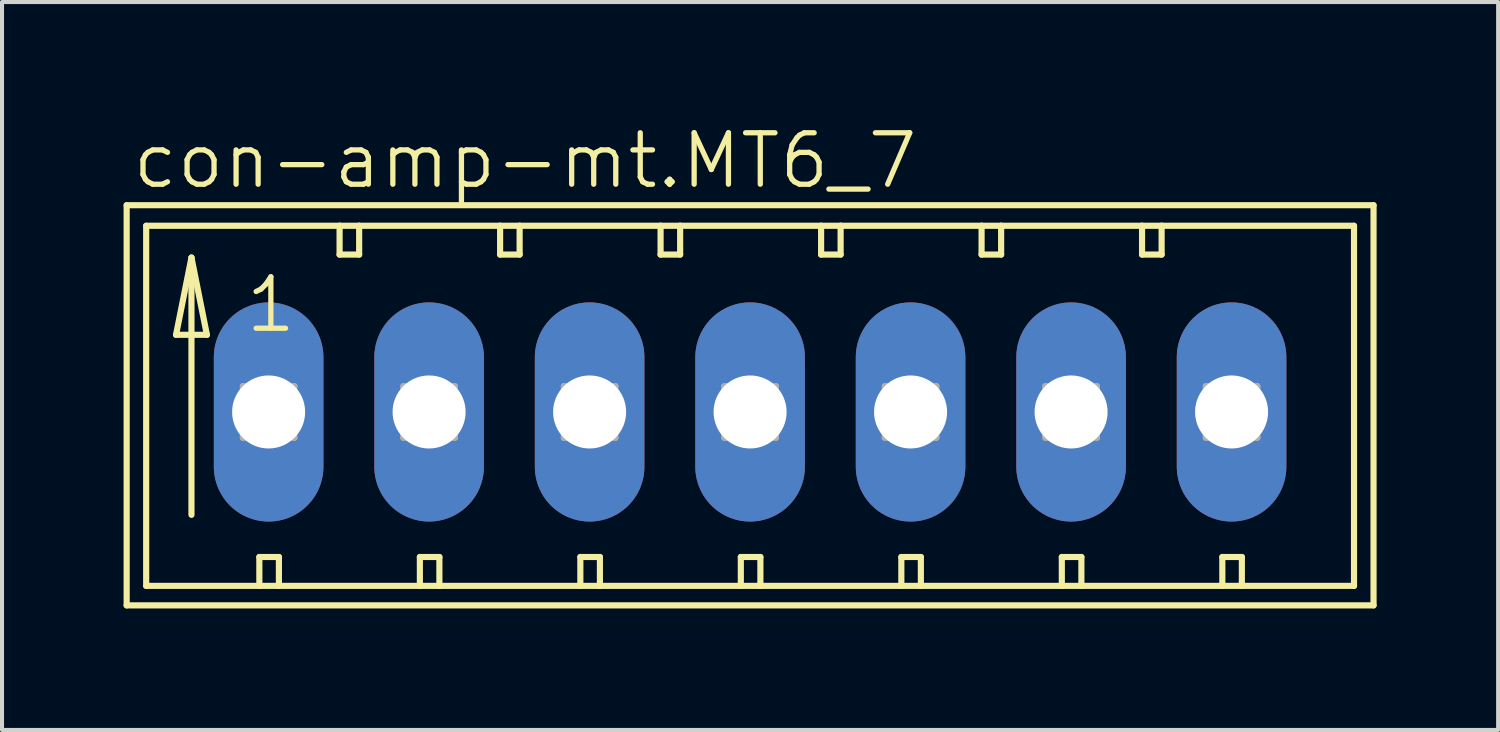
<source format=kicad_pcb>
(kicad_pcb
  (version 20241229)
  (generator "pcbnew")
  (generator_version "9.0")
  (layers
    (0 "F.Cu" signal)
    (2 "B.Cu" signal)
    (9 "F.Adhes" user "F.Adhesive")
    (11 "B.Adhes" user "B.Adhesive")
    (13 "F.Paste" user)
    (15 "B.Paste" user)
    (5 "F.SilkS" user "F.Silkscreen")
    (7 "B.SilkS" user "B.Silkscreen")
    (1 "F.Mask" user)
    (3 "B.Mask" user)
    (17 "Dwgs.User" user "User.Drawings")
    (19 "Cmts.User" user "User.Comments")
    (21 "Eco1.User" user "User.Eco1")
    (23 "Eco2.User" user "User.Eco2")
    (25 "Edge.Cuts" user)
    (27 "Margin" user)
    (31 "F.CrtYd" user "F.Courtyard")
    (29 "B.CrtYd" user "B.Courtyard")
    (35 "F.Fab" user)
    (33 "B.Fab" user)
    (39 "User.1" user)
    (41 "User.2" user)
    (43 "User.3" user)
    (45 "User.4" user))
  (footprint "con-amp-mt.MT6_7"
    (layer "F.Cu")
    (at 15.469 7.121)
    (property "Reference" "con-amp-mt.MT6_7" (at -15.316 -5.461 0) (layer "F.SilkS") (effects (font (size 1.27 1.27) (thickness 0.13)) (justify left bottom)))
    (attr through_hole)
    (fp_line (start -15.392 -5.105) (end -15.392 4.775) (stroke (width 0.152) (type default)) (layer "F.SilkS"))
    (fp_line (start -15.392 4.775) (end 15.392 4.775) (stroke (width 0.152) (type default)) (layer "F.SilkS"))
    (fp_line (start -14.91 -4.597) (end -14.91 4.293) (stroke (width 0.152) (type default)) (layer "F.SilkS"))
    (fp_line (start -14.91 4.293) (end -12.116 4.293) (stroke (width 0.152) (type default)) (layer "F.SilkS"))
    (fp_line (start -14.173 -1.905) (end -13.411 -1.905) (stroke (width 0.152) (type default)) (layer "F.SilkS"))
    (fp_line (start -13.792 -3.81) (end -14.173 -1.905) (stroke (width 0.152) (type default)) (layer "F.SilkS"))
    (fp_line (start -13.792 -3.81) (end -13.411 -1.905) (stroke (width 0.152) (type default)) (layer "F.SilkS"))
    (fp_line (start -13.792 2.54) (end -13.792 -3.81) (stroke (width 0.152) (type default)) (layer "F.SilkS"))
    (fp_line (start -12.116 3.581) (end -12.116 4.293) (stroke (width 0.152) (type default)) (layer "F.SilkS"))
    (fp_line (start -12.116 3.581) (end -11.633 3.581) (stroke (width 0.152) (type default)) (layer "F.SilkS"))
    (fp_line (start -12.116 4.293) (end -11.633 4.293) (stroke (width 0.152) (type default)) (layer "F.SilkS"))
    (fp_line (start -11.633 3.581) (end -11.633 4.293) (stroke (width 0.152) (type default)) (layer "F.SilkS"))
    (fp_line (start -11.633 4.293) (end -8.153 4.293) (stroke (width 0.152) (type default)) (layer "F.SilkS"))
    (fp_line (start -10.135 -4.597) (end -14.91 -4.597) (stroke (width 0.152) (type default)) (layer "F.SilkS"))
    (fp_line (start -10.135 -4.597) (end -10.135 -3.886) (stroke (width 0.152) (type default)) (layer "F.SilkS"))
    (fp_line (start -10.135 -3.886) (end -9.652 -3.886) (stroke (width 0.152) (type default)) (layer "F.SilkS"))
    (fp_line (start -9.652 -4.597) (end -10.135 -4.597) (stroke (width 0.152) (type default)) (layer "F.SilkS"))
    (fp_line (start -9.652 -3.886) (end -9.652 -4.597) (stroke (width 0.152) (type default)) (layer "F.SilkS"))
    (fp_line (start -8.153 3.581) (end -8.153 4.293) (stroke (width 0.152) (type default)) (layer "F.SilkS"))
    (fp_line (start -8.153 3.581) (end -7.671 3.581) (stroke (width 0.152) (type default)) (layer "F.SilkS"))
    (fp_line (start -8.153 4.293) (end -7.671 4.293) (stroke (width 0.152) (type default)) (layer "F.SilkS"))
    (fp_line (start -7.671 3.581) (end -7.671 4.293) (stroke (width 0.152) (type default)) (layer "F.SilkS"))
    (fp_line (start -7.671 4.293) (end -4.191 4.293) (stroke (width 0.152) (type default)) (layer "F.SilkS"))
    (fp_line (start -6.172 -4.597) (end -9.652 -4.597) (stroke (width 0.152) (type default)) (layer "F.SilkS"))
    (fp_line (start -6.172 -3.886) (end -6.172 -4.597) (stroke (width 0.152) (type default)) (layer "F.SilkS"))
    (fp_line (start -6.172 -3.886) (end -5.69 -3.886) (stroke (width 0.152) (type default)) (layer "F.SilkS"))
    (fp_line (start -5.69 -4.597) (end -6.172 -4.597) (stroke (width 0.152) (type default)) (layer "F.SilkS"))
    (fp_line (start -5.69 -3.886) (end -5.69 -4.597) (stroke (width 0.152) (type default)) (layer "F.SilkS"))
    (fp_line (start -4.191 3.581) (end -4.191 4.293) (stroke (width 0.152) (type default)) (layer "F.SilkS"))
    (fp_line (start -4.191 3.581) (end -3.708 3.581) (stroke (width 0.152) (type default)) (layer "F.SilkS"))
    (fp_line (start -4.191 4.293) (end -3.708 4.293) (stroke (width 0.152) (type default)) (layer "F.SilkS"))
    (fp_line (start -3.708 3.581) (end -3.708 4.293) (stroke (width 0.152) (type default)) (layer "F.SilkS"))
    (fp_line (start -3.708 4.293) (end -0.229 4.293) (stroke (width 0.152) (type default)) (layer "F.SilkS"))
    (fp_line (start -2.21 -4.597) (end -5.69 -4.597) (stroke (width 0.152) (type default)) (layer "F.SilkS"))
    (fp_line (start -2.21 -3.886) (end -2.21 -4.597) (stroke (width 0.152) (type default)) (layer "F.SilkS"))
    (fp_line (start -2.21 -3.886) (end -1.727 -3.886) (stroke (width 0.152) (type default)) (layer "F.SilkS"))
    (fp_line (start -1.727 -4.597) (end -2.21 -4.597) (stroke (width 0.152) (type default)) (layer "F.SilkS"))
    (fp_line (start -1.727 -3.886) (end -1.727 -4.597) (stroke (width 0.152) (type default)) (layer "F.SilkS"))
    (fp_line (start -0.229 3.581) (end -0.229 4.293) (stroke (width 0.152) (type default)) (layer "F.SilkS"))
    (fp_line (start -0.229 3.581) (end 0.254 3.581) (stroke (width 0.152) (type default)) (layer "F.SilkS"))
    (fp_line (start -0.229 4.293) (end 0.254 4.293) (stroke (width 0.152) (type default)) (layer "F.SilkS"))
    (fp_line (start 0.254 3.581) (end 0.254 4.293) (stroke (width 0.152) (type default)) (layer "F.SilkS"))
    (fp_line (start 0.254 4.293) (end 3.734 4.293) (stroke (width 0.152) (type default)) (layer "F.SilkS"))
    (fp_line (start 1.753 -4.597) (end -1.727 -4.597) (stroke (width 0.152) (type default)) (layer "F.SilkS"))
    (fp_line (start 1.753 -3.886) (end 1.753 -4.597) (stroke (width 0.152) (type default)) (layer "F.SilkS"))
    (fp_line (start 1.753 -3.886) (end 2.235 -3.886) (stroke (width 0.152) (type default)) (layer "F.SilkS"))
    (fp_line (start 2.235 -4.597) (end 1.753 -4.597) (stroke (width 0.152) (type default)) (layer "F.SilkS"))
    (fp_line (start 2.235 -3.886) (end 2.235 -4.597) (stroke (width 0.152) (type default)) (layer "F.SilkS"))
    (fp_line (start 3.734 3.581) (end 3.734 4.293) (stroke (width 0.152) (type default)) (layer "F.SilkS"))
    (fp_line (start 3.734 3.581) (end 4.216 3.581) (stroke (width 0.152) (type default)) (layer "F.SilkS"))
    (fp_line (start 3.734 4.293) (end 4.216 4.293) (stroke (width 0.152) (type default)) (layer "F.SilkS"))
    (fp_line (start 4.216 3.581) (end 4.216 4.293) (stroke (width 0.152) (type default)) (layer "F.SilkS"))
    (fp_line (start 4.216 4.293) (end 7.696 4.293) (stroke (width 0.152) (type default)) (layer "F.SilkS"))
    (fp_line (start 5.715 -4.597) (end 2.235 -4.597) (stroke (width 0.152) (type default)) (layer "F.SilkS"))
    (fp_line (start 5.715 -3.886) (end 5.715 -4.597) (stroke (width 0.152) (type default)) (layer "F.SilkS"))
    (fp_line (start 5.715 -3.886) (end 6.198 -3.886) (stroke (width 0.152) (type default)) (layer "F.SilkS"))
    (fp_line (start 6.198 -4.597) (end 5.715 -4.597) (stroke (width 0.152) (type default)) (layer "F.SilkS"))
    (fp_line (start 6.198 -3.886) (end 6.198 -4.597) (stroke (width 0.152) (type default)) (layer "F.SilkS"))
    (fp_line (start 7.696 3.581) (end 7.696 4.293) (stroke (width 0.152) (type default)) (layer "F.SilkS"))
    (fp_line (start 7.696 3.581) (end 8.179 3.581) (stroke (width 0.152) (type default)) (layer "F.SilkS"))
    (fp_line (start 7.696 4.293) (end 8.179 4.293) (stroke (width 0.152) (type default)) (layer "F.SilkS"))
    (fp_line (start 8.179 3.581) (end 8.179 4.293) (stroke (width 0.152) (type default)) (layer "F.SilkS"))
    (fp_line (start 8.179 4.293) (end 11.659 4.293) (stroke (width 0.152) (type default)) (layer "F.SilkS"))
    (fp_line (start 9.677 -4.597) (end 6.198 -4.597) (stroke (width 0.152) (type default)) (layer "F.SilkS"))
    (fp_line (start 9.677 -3.886) (end 9.677 -4.597) (stroke (width 0.152) (type default)) (layer "F.SilkS"))
    (fp_line (start 9.677 -3.886) (end 10.16 -3.886) (stroke (width 0.152) (type default)) (layer "F.SilkS"))
    (fp_line (start 10.16 -4.597) (end 9.677 -4.597) (stroke (width 0.152) (type default)) (layer "F.SilkS"))
    (fp_line (start 10.16 -3.886) (end 10.16 -4.597) (stroke (width 0.152) (type default)) (layer "F.SilkS"))
    (fp_line (start 11.659 3.581) (end 11.659 4.293) (stroke (width 0.152) (type default)) (layer "F.SilkS"))
    (fp_line (start 11.659 3.581) (end 12.141 3.581) (stroke (width 0.152) (type default)) (layer "F.SilkS"))
    (fp_line (start 11.659 4.293) (end 12.141 4.293) (stroke (width 0.152) (type default)) (layer "F.SilkS"))
    (fp_line (start 12.141 3.581) (end 12.141 4.293) (stroke (width 0.152) (type default)) (layer "F.SilkS"))
    (fp_line (start 12.141 4.293) (end 14.91 4.293) (stroke (width 0.152) (type default)) (layer "F.SilkS"))
    (fp_line (start 14.91 -4.597) (end 10.16 -4.597) (stroke (width 0.152) (type default)) (layer "F.SilkS"))
    (fp_line (start 14.91 4.293) (end 14.91 -4.597) (stroke (width 0.152) (type default)) (layer "F.SilkS"))
    (fp_line (start 15.392 -5.105) (end -15.392 -5.105) (stroke (width 0.152) (type default)) (layer "F.SilkS"))
    (fp_line (start 15.392 4.775) (end 15.392 -5.105) (stroke (width 0.152) (type default)) (layer "F.SilkS"))
    (fp_line (start -12.522 -0.635) (end -12.522 0.635) (stroke (width 0.152) (type default)) (layer "F.Fab"))
    (fp_line (start -12.522 -0.635) (end -11.252 0.635) (stroke (width 0.152) (type default)) (layer "F.Fab"))
    (fp_line (start -12.522 0.635) (end -11.252 0.635) (stroke (width 0.152) (type default)) (layer "F.Fab"))
    (fp_line (start -11.252 -0.635) (end -12.522 -0.635) (stroke (width 0.152) (type default)) (layer "F.Fab"))
    (fp_line (start -11.252 -0.635) (end -12.522 0.635) (stroke (width 0.152) (type default)) (layer "F.Fab"))
    (fp_line (start -11.252 0.635) (end -11.252 -0.635) (stroke (width 0.152) (type default)) (layer "F.Fab"))
    (fp_line (start -8.56 -0.635) (end -8.56 0.635) (stroke (width 0.152) (type default)) (layer "F.Fab"))
    (fp_line (start -8.56 -0.635) (end -7.29 0.635) (stroke (width 0.152) (type default)) (layer "F.Fab"))
    (fp_line (start -8.56 0.635) (end -7.29 0.635) (stroke (width 0.152) (type default)) (layer "F.Fab"))
    (fp_line (start -7.29 -0.635) (end -8.56 -0.635) (stroke (width 0.152) (type default)) (layer "F.Fab"))
    (fp_line (start -7.29 -0.635) (end -8.56 0.635) (stroke (width 0.152) (type default)) (layer "F.Fab"))
    (fp_line (start -7.29 0.635) (end -7.29 -0.635) (stroke (width 0.152) (type default)) (layer "F.Fab"))
    (fp_line (start -4.597 -0.635) (end -4.597 0.635) (stroke (width 0.152) (type default)) (layer "F.Fab"))
    (fp_line (start -4.597 -0.635) (end -3.327 0.635) (stroke (width 0.152) (type default)) (layer "F.Fab"))
    (fp_line (start -4.597 0.635) (end -3.327 0.635) (stroke (width 0.152) (type default)) (layer "F.Fab"))
    (fp_line (start -3.327 -0.635) (end -4.597 -0.635) (stroke (width 0.152) (type default)) (layer "F.Fab"))
    (fp_line (start -3.327 -0.635) (end -4.597 0.635) (stroke (width 0.152) (type default)) (layer "F.Fab"))
    (fp_line (start -3.327 0.635) (end -3.327 -0.635) (stroke (width 0.152) (type default)) (layer "F.Fab"))
    (fp_line (start -0.635 -0.635) (end -0.635 0.635) (stroke (width 0.152) (type default)) (layer "F.Fab"))
    (fp_line (start -0.635 -0.635) (end 0.635 0.635) (stroke (width 0.152) (type default)) (layer "F.Fab"))
    (fp_line (start -0.635 0.635) (end 0.635 0.635) (stroke (width 0.152) (type default)) (layer "F.Fab"))
    (fp_line (start 0.635 -0.635) (end -0.635 -0.635) (stroke (width 0.152) (type default)) (layer "F.Fab"))
    (fp_line (start 0.635 -0.635) (end -0.635 0.635) (stroke (width 0.152) (type default)) (layer "F.Fab"))
    (fp_line (start 0.635 0.635) (end 0.635 -0.635) (stroke (width 0.152) (type default)) (layer "F.Fab"))
    (fp_line (start 3.327 -0.635) (end 3.327 0.635) (stroke (width 0.152) (type default)) (layer "F.Fab"))
    (fp_line (start 3.327 -0.635) (end 4.597 0.635) (stroke (width 0.152) (type default)) (layer "F.Fab"))
    (fp_line (start 3.327 0.635) (end 4.597 0.635) (stroke (width 0.152) (type default)) (layer "F.Fab"))
    (fp_line (start 4.597 -0.635) (end 3.327 -0.635) (stroke (width 0.152) (type default)) (layer "F.Fab"))
    (fp_line (start 4.597 -0.635) (end 3.327 0.635) (stroke (width 0.152) (type default)) (layer "F.Fab"))
    (fp_line (start 4.597 0.635) (end 4.597 -0.635) (stroke (width 0.152) (type default)) (layer "F.Fab"))
    (fp_line (start 7.29 -0.635) (end 7.29 0.635) (stroke (width 0.152) (type default)) (layer "F.Fab"))
    (fp_line (start 7.29 -0.635) (end 8.56 0.635) (stroke (width 0.152) (type default)) (layer "F.Fab"))
    (fp_line (start 7.29 0.635) (end 8.56 0.635) (stroke (width 0.152) (type default)) (layer "F.Fab"))
    (fp_line (start 8.56 -0.635) (end 7.29 -0.635) (stroke (width 0.152) (type default)) (layer "F.Fab"))
    (fp_line (start 8.56 -0.635) (end 7.29 0.635) (stroke (width 0.152) (type default)) (layer "F.Fab"))
    (fp_line (start 8.56 0.635) (end 8.56 -0.635) (stroke (width 0.152) (type default)) (layer "F.Fab"))
    (fp_line (start 11.252 -0.635) (end 11.252 0.635) (stroke (width 0.152) (type default)) (layer "F.Fab"))
    (fp_line (start 11.252 -0.635) (end 12.522 0.635) (stroke (width 0.152) (type default)) (layer "F.Fab"))
    (fp_line (start 11.252 0.635) (end 12.522 0.635) (stroke (width 0.152) (type default)) (layer "F.Fab"))
    (fp_line (start 12.522 -0.635) (end 11.252 -0.635) (stroke (width 0.152) (type default)) (layer "F.Fab"))
    (fp_line (start 12.522 -0.635) (end 11.252 0.635) (stroke (width 0.152) (type default)) (layer "F.Fab"))
    (fp_line (start 12.522 0.635) (end 12.522 -0.635) (stroke (width 0.152) (type default)) (layer "F.Fab"))
    (fp_text user "1" (at -12.522 -1.905 0) (layer "F.SilkS") (effects (font (size 1.27 1.27) (thickness 0.13)) (justify left bottom)))
    (pad "1" thru_hole oval (at -11.887 0 90) (size 5.41 2.705) (drill 1.803) (layers "*.Cu" "*.Mask"))
    (pad "2" thru_hole oval (at -7.925 0 90) (size 5.41 2.705) (drill 1.803) (layers "*.Cu" "*.Mask"))
    (pad "3" thru_hole oval (at -3.962 0 90) (size 5.41 2.705) (drill 1.803) (layers "*.Cu" "*.Mask"))
    (pad "4" thru_hole oval (at 0 0 90) (size 5.41 2.705) (drill 1.803) (layers "*.Cu" "*.Mask"))
    (pad "5" thru_hole oval (at 3.962 0 90) (size 5.41 2.705) (drill 1.803) (layers "*.Cu" "*.Mask"))
    (pad "6" thru_hole oval (at 7.925 0 90) (size 5.41 2.705) (drill 1.803) (layers "*.Cu" "*.Mask"))
    (pad "7" thru_hole oval (at 11.887 0 90) (size 5.41 2.705) (drill 1.803) (layers "*.Cu" "*.Mask")))
  (gr_rect
    (start -3 -3)
    (end 33.937 14.972)
    (stroke (width 0.1) (type default))
    (fill no)
    (layer "Edge.Cuts")))
</source>
